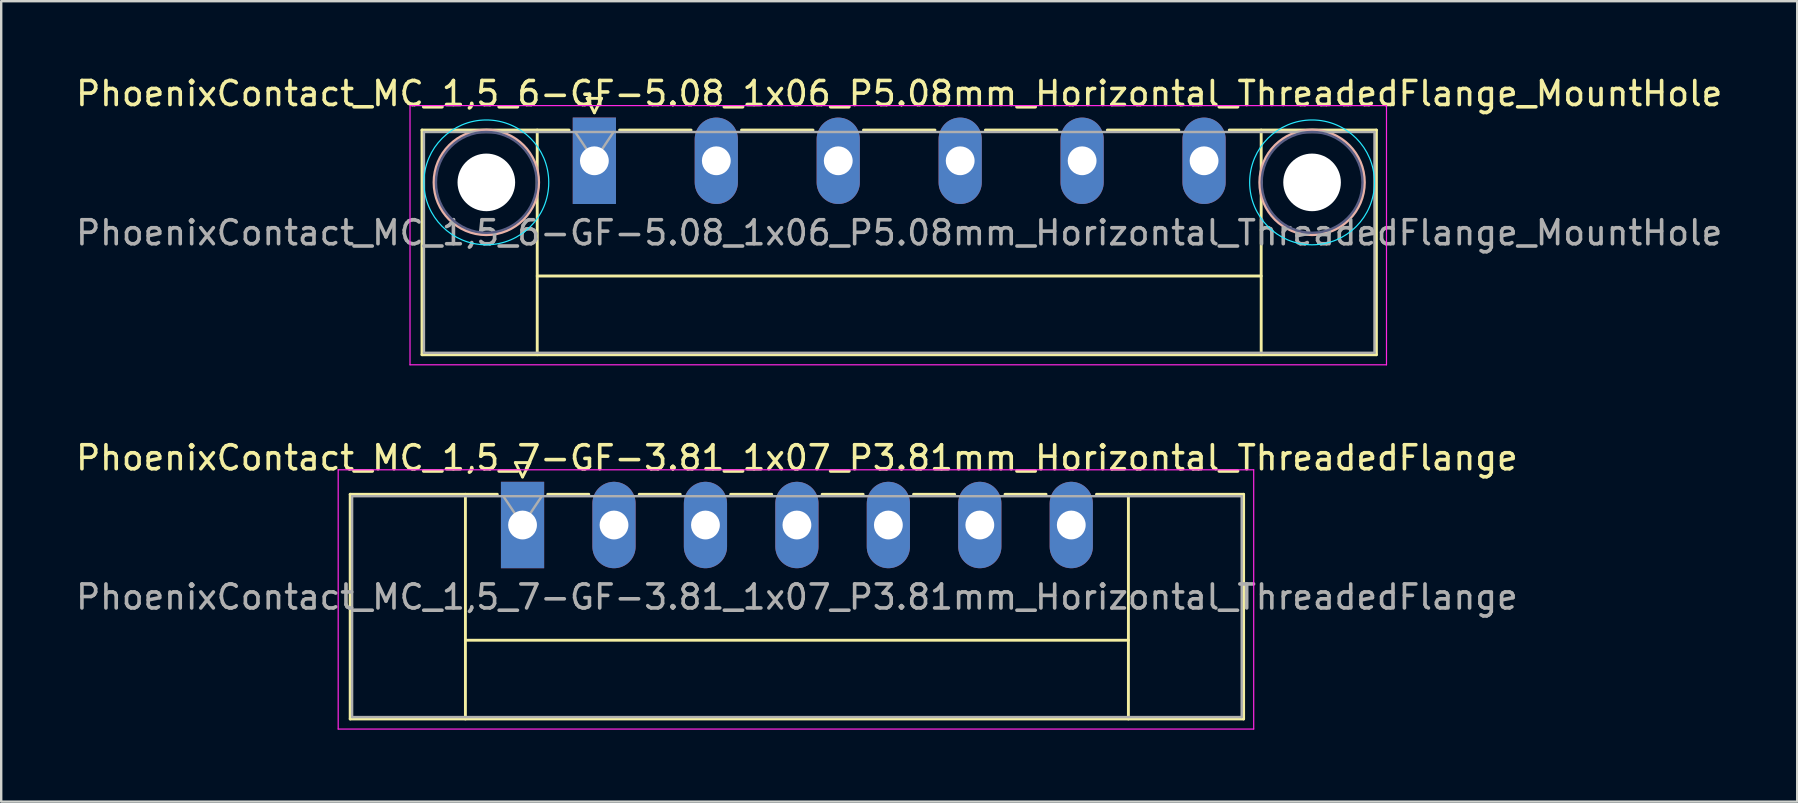
<source format=kicad_pcb>
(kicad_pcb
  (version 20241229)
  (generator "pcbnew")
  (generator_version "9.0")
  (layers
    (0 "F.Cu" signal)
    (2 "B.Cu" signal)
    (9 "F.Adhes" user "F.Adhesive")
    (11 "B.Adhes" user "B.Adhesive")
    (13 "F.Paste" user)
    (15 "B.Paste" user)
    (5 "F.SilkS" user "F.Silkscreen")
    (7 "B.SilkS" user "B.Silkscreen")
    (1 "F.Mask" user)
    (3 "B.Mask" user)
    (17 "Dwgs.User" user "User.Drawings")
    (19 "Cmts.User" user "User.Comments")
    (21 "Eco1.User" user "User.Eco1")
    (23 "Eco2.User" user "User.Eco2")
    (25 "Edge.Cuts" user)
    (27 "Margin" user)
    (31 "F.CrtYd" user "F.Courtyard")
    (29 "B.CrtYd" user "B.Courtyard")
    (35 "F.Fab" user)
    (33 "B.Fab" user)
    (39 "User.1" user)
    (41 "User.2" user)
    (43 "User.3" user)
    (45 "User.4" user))
  (footprint "PhoenixContact_MC_1,5_7-GF-3.81_1x07_P3.81mm_Horizontal_ThreadedFlange"
    (layer "F.Cu")
    (at 18.719 18.822)
    (property "Reference" "PhoenixContact_MC_1,5_7-GF-3.81_1x07_P3.81mm_Horizontal_ThreadedFlange" (at 11.43 -2.8 0) (layer "F.SilkS") (effects (font (size 1 1) (thickness 0.15))))
    (attr through_hole)
    (fp_line (start -7.18 -1.28) (end -7.18 8.08) (stroke (width 0.12) (type solid)) (layer "F.SilkS"))
    (fp_line (start -7.18 -1.28) (end -1.05 -1.28) (stroke (width 0.12) (type solid)) (layer "F.SilkS"))
    (fp_line (start -7.18 8.08) (end 30.04 8.08) (stroke (width 0.12) (type solid)) (layer "F.SilkS"))
    (fp_line (start -2.38 -1.28) (end -2.38 8.08) (stroke (width 0.12) (type solid)) (layer "F.SilkS"))
    (fp_line (start -2.38 4.8) (end 25.24 4.8) (stroke (width 0.12) (type solid)) (layer "F.SilkS"))
    (fp_line (start -0.3 -2.6) (end 0.3 -2.6) (stroke (width 0.12) (type solid)) (layer "F.SilkS"))
    (fp_line (start 0 -2) (end -0.3 -2.6) (stroke (width 0.12) (type solid)) (layer "F.SilkS"))
    (fp_line (start 0.3 -2.6) (end 0 -2) (stroke (width 0.12) (type solid)) (layer "F.SilkS"))
    (fp_line (start 1.05 -1.28) (end 2.76 -1.28) (stroke (width 0.12) (type solid)) (layer "F.SilkS"))
    (fp_line (start 4.86 -1.28) (end 6.57 -1.28) (stroke (width 0.12) (type solid)) (layer "F.SilkS"))
    (fp_line (start 8.67 -1.28) (end 10.38 -1.28) (stroke (width 0.12) (type solid)) (layer "F.SilkS"))
    (fp_line (start 12.48 -1.28) (end 14.19 -1.28) (stroke (width 0.12) (type solid)) (layer "F.SilkS"))
    (fp_line (start 16.29 -1.28) (end 18 -1.28) (stroke (width 0.12) (type solid)) (layer "F.SilkS"))
    (fp_line (start 20.1 -1.28) (end 21.81 -1.28) (stroke (width 0.12) (type solid)) (layer "F.SilkS"))
    (fp_line (start 25.24 -1.28) (end 25.24 8.08) (stroke (width 0.12) (type solid)) (layer "F.SilkS"))
    (fp_line (start 30.04 -1.28) (end 23.91 -1.28) (stroke (width 0.12) (type solid)) (layer "F.SilkS"))
    (fp_line (start 30.04 8.08) (end 30.04 -1.28) (stroke (width 0.12) (type solid)) (layer "F.SilkS"))
    (fp_line (start -7.68 -2.3) (end -7.68 8.5) (stroke (width 0.05) (type solid)) (layer "F.CrtYd"))
    (fp_line (start -7.68 8.5) (end 30.46 8.5) (stroke (width 0.05) (type solid)) (layer "F.CrtYd"))
    (fp_line (start 30.46 -2.3) (end -7.68 -2.3) (stroke (width 0.05) (type solid)) (layer "F.CrtYd"))
    (fp_line (start 30.46 8.5) (end 30.46 -2.3) (stroke (width 0.05) (type solid)) (layer "F.CrtYd"))
    (fp_line (start -7.1 -1.2) (end -7.1 8) (stroke (width 0.1) (type solid)) (layer "F.Fab"))
    (fp_line (start -7.1 8) (end 29.96 8) (stroke (width 0.1) (type solid)) (layer "F.Fab"))
    (fp_line (start 0 0) (end -0.8 -1.2) (stroke (width 0.1) (type solid)) (layer "F.Fab"))
    (fp_line (start 0.8 -1.2) (end 0 0) (stroke (width 0.1) (type solid)) (layer "F.Fab"))
    (fp_line (start 29.96 -1.2) (end -7.1 -1.2) (stroke (width 0.1) (type solid)) (layer "F.Fab"))
    (fp_line (start 29.96 8) (end 29.96 -1.2) (stroke (width 0.1) (type solid)) (layer "F.Fab"))
    (fp_text user "${REFERENCE}" (at 11.43 3 0) (layer "F.Fab") (effects (font (size 1 1) (thickness 0.15))))
    (pad "1" thru_hole rect (at 0 0) (size 1.8 3.6) (drill 1.2) (layers "*.Cu" "*.Mask"))
    (pad "2" thru_hole oval (at 3.81 0) (size 1.8 3.6) (drill 1.2) (layers "*.Cu" "*.Mask"))
    (pad "3" thru_hole oval (at 7.62 0) (size 1.8 3.6) (drill 1.2) (layers "*.Cu" "*.Mask"))
    (pad "4" thru_hole oval (at 11.43 0) (size 1.8 3.6) (drill 1.2) (layers "*.Cu" "*.Mask"))
    (pad "5" thru_hole oval (at 15.24 0) (size 1.8 3.6) (drill 1.2) (layers "*.Cu" "*.Mask"))
    (pad "6" thru_hole oval (at 19.05 0) (size 1.8 3.6) (drill 1.2) (layers "*.Cu" "*.Mask"))
    (pad "7" thru_hole oval (at 22.86 0) (size 1.8 3.6) (drill 1.2) (layers "*.Cu" "*.Mask")))
  (footprint "PhoenixContact_MC_1,5_6-GF-5.08_1x06_P5.08mm_Horizontal_ThreadedFlange_MountHole"
    (layer "F.Cu")
    (at 21.711 3.648)
    (property "Reference" "PhoenixContact_MC_1,5_6-GF-5.08_1x06_P5.08mm_Horizontal_ThreadedFlange_MountHole" (at 12.7 -2.8 0) (layer "F.SilkS") (effects (font (size 1 1) (thickness 0.15))))
    (attr through_hole)
    (fp_line (start -7.18 -1.28) (end -7.18 8.08) (stroke (width 0.12) (type solid)) (layer "F.SilkS"))
    (fp_line (start -7.18 -1.28) (end -1.05 -1.28) (stroke (width 0.12) (type solid)) (layer "F.SilkS"))
    (fp_line (start -7.18 8.08) (end 32.58 8.08) (stroke (width 0.12) (type solid)) (layer "F.SilkS"))
    (fp_line (start -2.38 -1.28) (end -2.38 8.08) (stroke (width 0.12) (type solid)) (layer "F.SilkS"))
    (fp_line (start -2.38 4.8) (end 27.78 4.8) (stroke (width 0.12) (type solid)) (layer "F.SilkS"))
    (fp_line (start -0.3 -2.6) (end 0.3 -2.6) (stroke (width 0.12) (type solid)) (layer "F.SilkS"))
    (fp_line (start 0 -2) (end -0.3 -2.6) (stroke (width 0.12) (type solid)) (layer "F.SilkS"))
    (fp_line (start 0.3 -2.6) (end 0 -2) (stroke (width 0.12) (type solid)) (layer "F.SilkS"))
    (fp_line (start 1.05 -1.28) (end 4.03 -1.28) (stroke (width 0.12) (type solid)) (layer "F.SilkS"))
    (fp_line (start 6.13 -1.28) (end 9.11 -1.28) (stroke (width 0.12) (type solid)) (layer "F.SilkS"))
    (fp_line (start 11.21 -1.28) (end 14.19 -1.28) (stroke (width 0.12) (type solid)) (layer "F.SilkS"))
    (fp_line (start 16.29 -1.28) (end 19.27 -1.28) (stroke (width 0.12) (type solid)) (layer "F.SilkS"))
    (fp_line (start 21.37 -1.28) (end 24.35 -1.28) (stroke (width 0.12) (type solid)) (layer "F.SilkS"))
    (fp_line (start 27.78 -1.28) (end 27.78 8.08) (stroke (width 0.12) (type solid)) (layer "F.SilkS"))
    (fp_line (start 32.58 -1.28) (end 26.45 -1.28) (stroke (width 0.12) (type solid)) (layer "F.SilkS"))
    (fp_line (start 32.58 8.08) (end 32.58 -1.28) (stroke (width 0.12) (type solid)) (layer "F.SilkS"))
    (fp_circle (center -4.5 0.9) (end -2.32 0.9) (stroke (width 0.12) (type solid)) (fill no) (layer "B.SilkS"))
    (fp_circle (center 29.9 0.9) (end 32.08 0.9) (stroke (width 0.12) (type solid)) (fill no) (layer "B.SilkS"))
    (fp_circle (center -4.5 0.9) (end -1.9 0.9) (stroke (width 0.05) (type solid)) (fill no) (layer "B.CrtYd"))
    (fp_circle (center 29.9 0.9) (end 32.5 0.9) (stroke (width 0.05) (type solid)) (fill no) (layer "B.CrtYd"))
    (fp_line (start -7.68 -2.3) (end -7.68 8.5) (stroke (width 0.05) (type solid)) (layer "F.CrtYd"))
    (fp_line (start -7.68 8.5) (end 33 8.5) (stroke (width 0.05) (type solid)) (layer "F.CrtYd"))
    (fp_line (start 33 -2.3) (end -7.68 -2.3) (stroke (width 0.05) (type solid)) (layer "F.CrtYd"))
    (fp_line (start 33 8.5) (end 33 -2.3) (stroke (width 0.05) (type solid)) (layer "F.CrtYd"))
    (fp_circle (center -4.5 0.9) (end -2.4 0.9) (stroke (width 0.1) (type solid)) (fill no) (layer "B.Fab"))
    (fp_circle (center 29.9 0.9) (end 32 0.9) (stroke (width 0.1) (type solid)) (fill no) (layer "B.Fab"))
    (fp_line (start -7.1 -1.2) (end -7.1 8) (stroke (width 0.1) (type solid)) (layer "F.Fab"))
    (fp_line (start -7.1 8) (end 32.5 8) (stroke (width 0.1) (type solid)) (layer "F.Fab"))
    (fp_line (start 0 0) (end -0.8 -1.2) (stroke (width 0.1) (type solid)) (layer "F.Fab"))
    (fp_line (start 0.8 -1.2) (end 0 0) (stroke (width 0.1) (type solid)) (layer "F.Fab"))
    (fp_line (start 32.5 -1.2) (end -7.1 -1.2) (stroke (width 0.1) (type solid)) (layer "F.Fab"))
    (fp_line (start 32.5 8) (end 32.5 -1.2) (stroke (width 0.1) (type solid)) (layer "F.Fab"))
    (fp_text user "${REFERENCE}" (at 12.7 3 0) (layer "F.Fab") (effects (font (size 1 1) (thickness 0.15))))
    (pad "" np_thru_hole circle (at -4.5 0.9) (size 2.4 2.4) (drill 2.4) (layers "*.Cu" "*.Mask"))
    (pad "" np_thru_hole circle (at 29.9 0.9) (size 2.4 2.4) (drill 2.4) (layers "*.Cu" "*.Mask"))
    (pad "1" thru_hole rect (at 0 0) (size 1.8 3.6) (drill 1.2) (layers "*.Cu" "*.Mask"))
    (pad "2" thru_hole oval (at 5.08 0) (size 1.8 3.6) (drill 1.2) (layers "*.Cu" "*.Mask"))
    (pad "3" thru_hole oval (at 10.16 0) (size 1.8 3.6) (drill 1.2) (layers "*.Cu" "*.Mask"))
    (pad "4" thru_hole oval (at 15.24 0) (size 1.8 3.6) (drill 1.2) (layers "*.Cu" "*.Mask"))
    (pad "5" thru_hole oval (at 20.32 0) (size 1.8 3.6) (drill 1.2) (layers "*.Cu" "*.Mask"))
    (pad "6" thru_hole oval (at 25.4 0) (size 1.8 3.6) (drill 1.2) (layers "*.Cu" "*.Mask")))
  (gr_rect
    (start -3 -3)
    (end 71.821 30.346)
    (stroke (width 0.1) (type default))
    (fill no)
    (layer "Edge.Cuts")))
</source>
